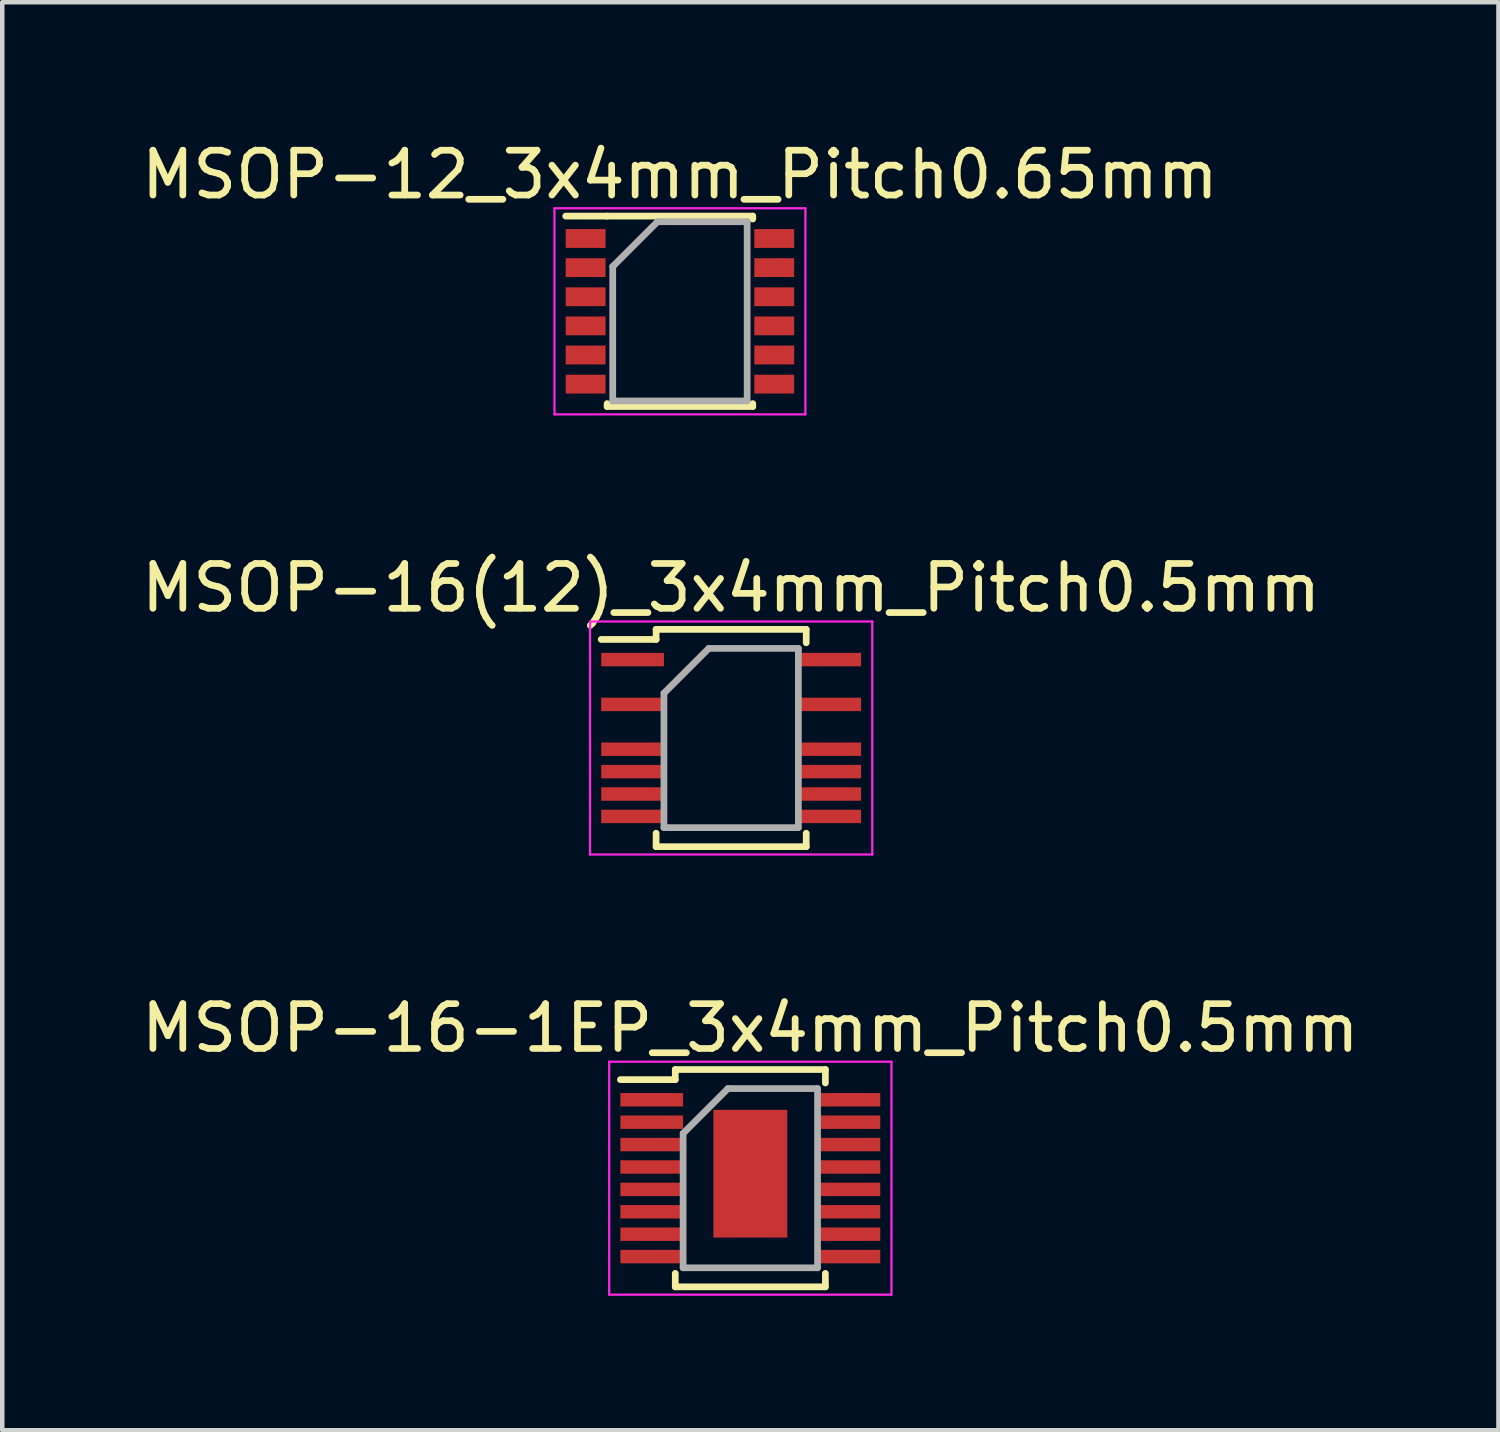
<source format=kicad_pcb>
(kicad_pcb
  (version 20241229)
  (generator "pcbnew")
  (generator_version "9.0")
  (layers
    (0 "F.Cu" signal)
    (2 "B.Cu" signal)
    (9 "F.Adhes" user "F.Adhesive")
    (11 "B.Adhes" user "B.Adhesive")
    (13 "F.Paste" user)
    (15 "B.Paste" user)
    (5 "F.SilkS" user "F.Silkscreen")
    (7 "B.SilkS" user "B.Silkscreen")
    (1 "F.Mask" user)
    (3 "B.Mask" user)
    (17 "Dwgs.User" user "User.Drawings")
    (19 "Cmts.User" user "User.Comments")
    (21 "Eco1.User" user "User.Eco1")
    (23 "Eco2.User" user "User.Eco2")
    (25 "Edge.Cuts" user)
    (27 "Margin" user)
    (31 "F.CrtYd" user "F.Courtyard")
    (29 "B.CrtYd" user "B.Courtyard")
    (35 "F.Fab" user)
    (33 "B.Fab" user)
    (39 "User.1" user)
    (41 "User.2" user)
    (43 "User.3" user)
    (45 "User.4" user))
  (footprint "MSOP-12_3x4mm_Pitch0.65mm"
    (layer "F.Cu")
    (at 12.125 3.898)
    (property "Reference" "MSOP-12_3x4mm_Pitch0.65mm" (at 0 -3.05 0) (layer "F.SilkS") (effects (font (size 1 1) (thickness 0.15))))
    (attr smd)
    (fp_line (start -1.625 -2.125) (end -2.55 -2.125) (stroke (width 0.15) (type solid)) (layer "F.SilkS"))
    (fp_line (start -1.625 -2.125) (end 1.625 -2.125) (stroke (width 0.15) (type solid)) (layer "F.SilkS"))
    (fp_line (start -1.625 2.125) (end -1.625 2.06) (stroke (width 0.15) (type solid)) (layer "F.SilkS"))
    (fp_line (start -1.625 2.125) (end 1.625 2.125) (stroke (width 0.15) (type solid)) (layer "F.SilkS"))
    (fp_line (start 1.625 -2.125) (end 1.625 -2.06) (stroke (width 0.15) (type solid)) (layer "F.SilkS"))
    (fp_line (start 1.625 2.125) (end 1.625 2.06) (stroke (width 0.15) (type solid)) (layer "F.SilkS"))
    (fp_line (start -2.8 -2.3) (end -2.8 2.3) (stroke (width 0.05) (type solid)) (layer "F.CrtYd"))
    (fp_line (start -2.8 -2.3) (end 2.8 -2.3) (stroke (width 0.05) (type solid)) (layer "F.CrtYd"))
    (fp_line (start -2.8 2.3) (end 2.8 2.3) (stroke (width 0.05) (type solid)) (layer "F.CrtYd"))
    (fp_line (start 2.8 -2.3) (end 2.8 2.3) (stroke (width 0.05) (type solid)) (layer "F.CrtYd"))
    (fp_line (start -1.5 -1) (end -0.5 -2) (stroke (width 0.15) (type solid)) (layer "F.Fab"))
    (fp_line (start -1.5 2) (end -1.5 -1) (stroke (width 0.15) (type solid)) (layer "F.Fab"))
    (fp_line (start -0.5 -2) (end 1.5 -2) (stroke (width 0.15) (type solid)) (layer "F.Fab"))
    (fp_line (start 1.5 -2) (end 1.5 2) (stroke (width 0.15) (type solid)) (layer "F.Fab"))
    (fp_line (start 1.5 2) (end -1.5 2) (stroke (width 0.15) (type solid)) (layer "F.Fab"))
    (pad "1" smd rect (at -2.105 -1.625) (size 0.89 0.42) (layers "F.Cu" "F.Mask" "F.Paste"))
    (pad "2" smd rect (at -2.105 -0.975) (size 0.89 0.42) (layers "F.Cu" "F.Mask" "F.Paste"))
    (pad "3" smd rect (at -2.105 -0.325) (size 0.89 0.42) (layers "F.Cu" "F.Mask" "F.Paste"))
    (pad "4" smd rect (at -2.105 0.325) (size 0.89 0.42) (layers "F.Cu" "F.Mask" "F.Paste"))
    (pad "5" smd rect (at -2.105 0.975) (size 0.89 0.42) (layers "F.Cu" "F.Mask" "F.Paste"))
    (pad "6" smd rect (at -2.105 1.625) (size 0.89 0.42) (layers "F.Cu" "F.Mask" "F.Paste"))
    (pad "7" smd rect (at 2.105 1.625) (size 0.89 0.42) (layers "F.Cu" "F.Mask" "F.Paste"))
    (pad "8" smd rect (at 2.105 0.975) (size 0.89 0.42) (layers "F.Cu" "F.Mask" "F.Paste"))
    (pad "9" smd rect (at 2.105 0.325) (size 0.89 0.42) (layers "F.Cu" "F.Mask" "F.Paste"))
    (pad "10" smd rect (at 2.105 -0.325) (size 0.89 0.42) (layers "F.Cu" "F.Mask" "F.Paste"))
    (pad "11" smd rect (at 2.105 -0.975) (size 0.89 0.42) (layers "F.Cu" "F.Mask" "F.Paste"))
    (pad "12" smd rect (at 2.105 -1.625) (size 0.89 0.42) (layers "F.Cu" "F.Mask" "F.Paste")))
  (footprint "MSOP-16-1EP_3x4mm_Pitch0.5mm"
    (layer "F.Cu")
    (at 13.696 23.245)
    (property "Reference" "MSOP-16-1EP_3x4mm_Pitch0.5mm" (at 0 -3.35 0) (layer "F.SilkS") (effects (font (size 1 1) (thickness 0.15))))
    (attr smd)
    (fp_line (start -1.675 -2.425) (end -1.675 -2.2) (stroke (width 0.15) (type solid)) (layer "F.SilkS"))
    (fp_line (start -1.675 -2.425) (end 1.675 -2.425) (stroke (width 0.15) (type solid)) (layer "F.SilkS"))
    (fp_line (start -1.675 -2.2) (end -2.9 -2.2) (stroke (width 0.15) (type solid)) (layer "F.SilkS"))
    (fp_line (start -1.675 2.425) (end -1.675 2.125) (stroke (width 0.15) (type solid)) (layer "F.SilkS"))
    (fp_line (start -1.675 2.425) (end 1.675 2.425) (stroke (width 0.15) (type solid)) (layer "F.SilkS"))
    (fp_line (start 1.675 -2.425) (end 1.675 -2.125) (stroke (width 0.15) (type solid)) (layer "F.SilkS"))
    (fp_line (start 1.675 2.425) (end 1.675 2.125) (stroke (width 0.15) (type solid)) (layer "F.SilkS"))
    (fp_line (start -3.15 -2.6) (end -3.15 2.6) (stroke (width 0.05) (type solid)) (layer "F.CrtYd"))
    (fp_line (start -3.15 -2.6) (end 3.15 -2.6) (stroke (width 0.05) (type solid)) (layer "F.CrtYd"))
    (fp_line (start -3.15 2.6) (end 3.15 2.6) (stroke (width 0.05) (type solid)) (layer "F.CrtYd"))
    (fp_line (start 3.15 -2.6) (end 3.15 2.6) (stroke (width 0.05) (type solid)) (layer "F.CrtYd"))
    (fp_line (start -1.5 -1) (end -0.5 -2) (stroke (width 0.15) (type solid)) (layer "F.Fab"))
    (fp_line (start -1.5 2) (end -1.5 -1) (stroke (width 0.15) (type solid)) (layer "F.Fab"))
    (fp_line (start -0.5 -2) (end 1.5 -2) (stroke (width 0.15) (type solid)) (layer "F.Fab"))
    (fp_line (start 1.5 -2) (end 1.5 2) (stroke (width 0.15) (type solid)) (layer "F.Fab"))
    (fp_line (start 1.5 2) (end -1.5 2) (stroke (width 0.15) (type solid)) (layer "F.Fab"))
    (pad "1" smd rect (at -2.2 -1.75) (size 1.4 0.3) (layers "F.Cu" "F.Mask" "F.Paste"))
    (pad "2" smd rect (at -2.2 -1.25) (size 1.4 0.3) (layers "F.Cu" "F.Mask" "F.Paste"))
    (pad "3" smd rect (at -2.2 -0.75) (size 1.4 0.3) (layers "F.Cu" "F.Mask" "F.Paste"))
    (pad "4" smd rect (at -2.2 -0.25) (size 1.4 0.3) (layers "F.Cu" "F.Mask" "F.Paste"))
    (pad "5" smd rect (at -2.2 0.25) (size 1.4 0.3) (layers "F.Cu" "F.Mask" "F.Paste"))
    (pad "6" smd rect (at -2.2 0.75) (size 1.4 0.3) (layers "F.Cu" "F.Mask" "F.Paste"))
    (pad "7" smd rect (at -2.2 1.25) (size 1.4 0.3) (layers "F.Cu" "F.Mask" "F.Paste"))
    (pad "8" smd rect (at -2.2 1.75) (size 1.4 0.3) (layers "F.Cu" "F.Mask" "F.Paste"))
    (pad "9" smd rect (at 2.2 1.75) (size 1.4 0.3) (layers "F.Cu" "F.Mask" "F.Paste"))
    (pad "10" smd rect (at 2.2 1.25) (size 1.4 0.3) (layers "F.Cu" "F.Mask" "F.Paste"))
    (pad "11" smd rect (at 2.2 0.75) (size 1.4 0.3) (layers "F.Cu" "F.Mask" "F.Paste"))
    (pad "12" smd rect (at 2.2 0.25) (size 1.4 0.3) (layers "F.Cu" "F.Mask" "F.Paste"))
    (pad "13" smd rect (at 2.2 -0.25) (size 1.4 0.3) (layers "F.Cu" "F.Mask" "F.Paste"))
    (pad "14" smd rect (at 2.2 -0.75) (size 1.4 0.3) (layers "F.Cu" "F.Mask" "F.Paste"))
    (pad "15" smd rect (at 2.2 -1.25) (size 1.4 0.3) (layers "F.Cu" "F.Mask" "F.Paste"))
    (pad "16" smd rect (at 2.2 -1.75) (size 1.4 0.3) (layers "F.Cu" "F.Mask" "F.Paste"))
    (pad "17" smd rect (at 0 -0.1) (size 1.65 2.85) (layers "F.Cu" "F.Mask" "F.Paste")))
  (footprint "MSOP-16(12)_3x4mm_Pitch0.5mm"
    (layer "F.Cu")
    (at 13.268 13.421)
    (property "Reference" "MSOP-16(12)_3x4mm_Pitch0.5mm" (at 0 -3.35 0) (layer "F.SilkS") (effects (font (size 1 1) (thickness 0.15))))
    (attr smd)
    (fp_line (start -1.675 -2.425) (end -1.675 -2.2) (stroke (width 0.15) (type solid)) (layer "F.SilkS"))
    (fp_line (start -1.675 -2.425) (end 1.675 -2.425) (stroke (width 0.15) (type solid)) (layer "F.SilkS"))
    (fp_line (start -1.675 -2.2) (end -2.9 -2.2) (stroke (width 0.15) (type solid)) (layer "F.SilkS"))
    (fp_line (start -1.675 2.425) (end -1.675 2.125) (stroke (width 0.15) (type solid)) (layer "F.SilkS"))
    (fp_line (start -1.675 2.425) (end 1.675 2.425) (stroke (width 0.15) (type solid)) (layer "F.SilkS"))
    (fp_line (start 1.675 -2.425) (end 1.675 -2.125) (stroke (width 0.15) (type solid)) (layer "F.SilkS"))
    (fp_line (start 1.675 2.425) (end 1.675 2.125) (stroke (width 0.15) (type solid)) (layer "F.SilkS"))
    (fp_line (start -3.15 -2.6) (end -3.15 2.6) (stroke (width 0.05) (type solid)) (layer "F.CrtYd"))
    (fp_line (start -3.15 -2.6) (end 3.15 -2.6) (stroke (width 0.05) (type solid)) (layer "F.CrtYd"))
    (fp_line (start -3.15 2.6) (end 3.15 2.6) (stroke (width 0.05) (type solid)) (layer "F.CrtYd"))
    (fp_line (start 3.15 -2.6) (end 3.15 2.6) (stroke (width 0.05) (type solid)) (layer "F.CrtYd"))
    (fp_line (start -1.5 -1) (end -0.5 -2) (stroke (width 0.15) (type solid)) (layer "F.Fab"))
    (fp_line (start -1.5 2) (end -1.5 -1) (stroke (width 0.15) (type solid)) (layer "F.Fab"))
    (fp_line (start -0.5 -2) (end 1.5 -2) (stroke (width 0.15) (type solid)) (layer "F.Fab"))
    (fp_line (start 1.5 -2) (end 1.5 2) (stroke (width 0.15) (type solid)) (layer "F.Fab"))
    (fp_line (start 1.5 2) (end -1.5 2) (stroke (width 0.15) (type solid)) (layer "F.Fab"))
    (pad "1" smd rect (at -2.2 -1.75) (size 1.4 0.3) (layers "F.Cu" "F.Mask" "F.Paste"))
    (pad "3" smd rect (at -2.2 -0.75) (size 1.4 0.3) (layers "F.Cu" "F.Mask" "F.Paste"))
    (pad "5" smd rect (at -2.2 0.25) (size 1.4 0.3) (layers "F.Cu" "F.Mask" "F.Paste"))
    (pad "6" smd rect (at -2.2 0.75) (size 1.4 0.3) (layers "F.Cu" "F.Mask" "F.Paste"))
    (pad "7" smd rect (at -2.2 1.25) (size 1.4 0.3) (layers "F.Cu" "F.Mask" "F.Paste"))
    (pad "8" smd rect (at -2.2 1.75) (size 1.4 0.3) (layers "F.Cu" "F.Mask" "F.Paste"))
    (pad "9" smd rect (at 2.2 1.75) (size 1.4 0.3) (layers "F.Cu" "F.Mask" "F.Paste"))
    (pad "10" smd rect (at 2.2 1.25) (size 1.4 0.3) (layers "F.Cu" "F.Mask" "F.Paste"))
    (pad "11" smd rect (at 2.2 0.75) (size 1.4 0.3) (layers "F.Cu" "F.Mask" "F.Paste"))
    (pad "12" smd rect (at 2.2 0.25) (size 1.4 0.3) (layers "F.Cu" "F.Mask" "F.Paste"))
    (pad "14" smd rect (at 2.2 -0.75) (size 1.4 0.3) (layers "F.Cu" "F.Mask" "F.Paste"))
    (pad "16" smd rect (at 2.2 -1.75) (size 1.4 0.3) (layers "F.Cu" "F.Mask" "F.Paste")))
  (gr_rect
    (start -3 -3)
    (end 30.393 28.87)
    (stroke (width 0.1) (type default))
    (fill no)
    (layer "Edge.Cuts")))
</source>
